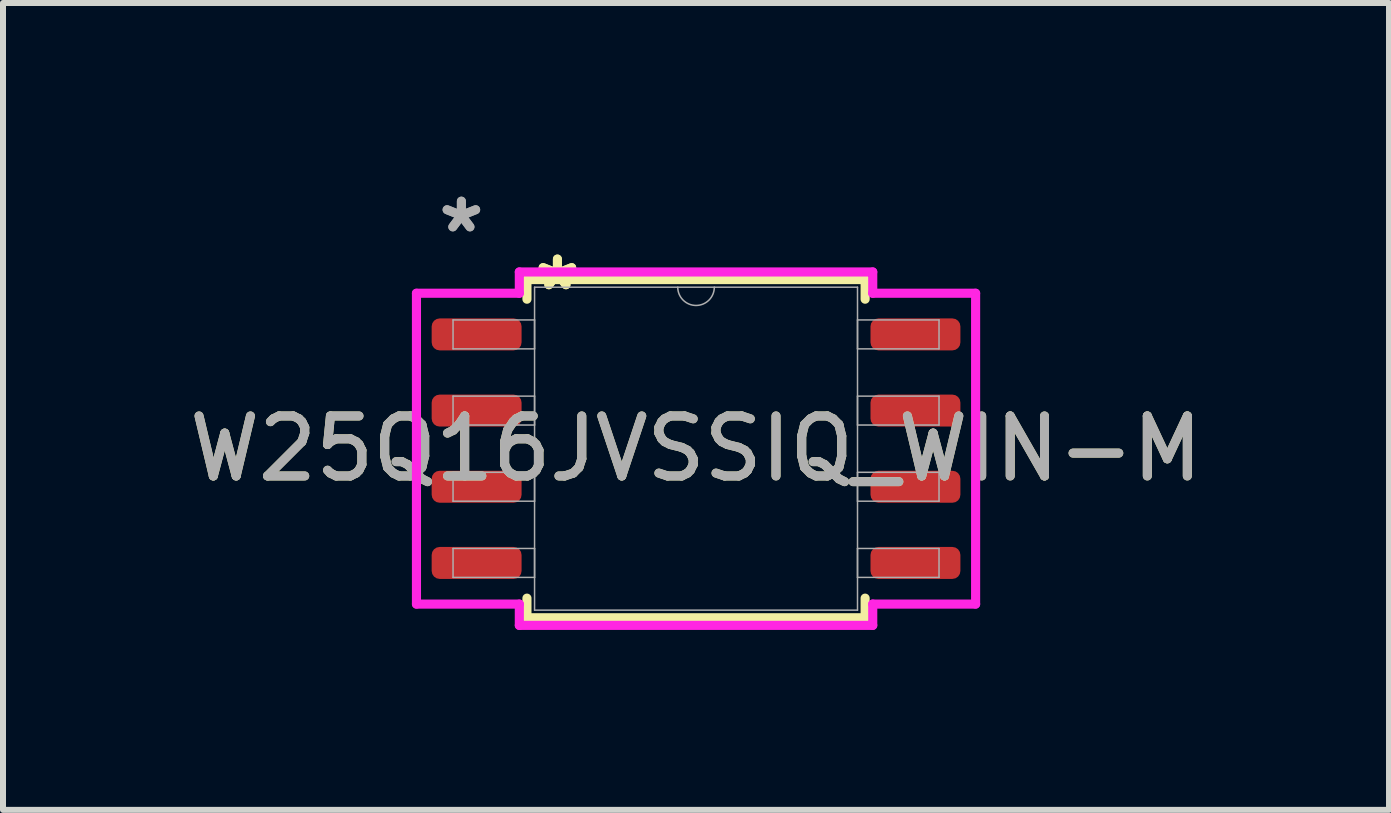
<source format=kicad_pcb>
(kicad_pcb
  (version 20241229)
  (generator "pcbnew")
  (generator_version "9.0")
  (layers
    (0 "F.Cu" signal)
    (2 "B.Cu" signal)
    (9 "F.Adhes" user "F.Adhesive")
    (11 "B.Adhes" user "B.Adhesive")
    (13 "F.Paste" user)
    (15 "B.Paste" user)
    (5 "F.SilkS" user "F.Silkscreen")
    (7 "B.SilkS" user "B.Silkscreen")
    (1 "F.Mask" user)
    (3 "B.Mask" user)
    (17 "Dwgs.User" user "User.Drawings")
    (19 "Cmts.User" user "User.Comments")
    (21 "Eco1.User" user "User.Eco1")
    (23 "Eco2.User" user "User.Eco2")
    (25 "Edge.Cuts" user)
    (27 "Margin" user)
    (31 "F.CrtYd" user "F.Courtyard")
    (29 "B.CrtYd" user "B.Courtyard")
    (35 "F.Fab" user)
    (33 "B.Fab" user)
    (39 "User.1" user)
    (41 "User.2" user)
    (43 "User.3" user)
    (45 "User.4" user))
  (footprint "W25Q16JVSSIQ_WIN-M"
    (layer "F.Cu")
    (at 8.554 4.43)
    (property "Reference" "W25Q16JVSSIQ_WIN-M" (at 0 0 0) (unlocked yes) (layer "F.SilkS") (effects (font (size 1 1) (thickness 0.15))))
    (attr smd)
    (fp_line (start -2.819 -2.819) (end -2.819 -2.492) (stroke (width 0.152) (type solid)) (layer "F.SilkS"))
    (fp_line (start -2.819 2.492) (end -2.819 2.819) (stroke (width 0.152) (type solid)) (layer "F.SilkS"))
    (fp_line (start -2.819 2.819) (end 2.819 2.819) (stroke (width 0.152) (type solid)) (layer "F.SilkS"))
    (fp_line (start 2.819 -2.819) (end -2.819 -2.819) (stroke (width 0.152) (type solid)) (layer "F.SilkS"))
    (fp_line (start 2.819 -2.492) (end 2.819 -2.819) (stroke (width 0.152) (type solid)) (layer "F.SilkS"))
    (fp_line (start 2.819 2.819) (end 2.819 2.492) (stroke (width 0.152) (type solid)) (layer "F.SilkS"))
    (fp_line (start -4.661 -2.591) (end -2.946 -2.591) (stroke (width 0.152) (type solid)) (layer "F.CrtYd"))
    (fp_line (start -4.661 2.591) (end -4.661 -2.591) (stroke (width 0.152) (type solid)) (layer "F.CrtYd"))
    (fp_line (start -4.661 2.591) (end -2.946 2.591) (stroke (width 0.152) (type solid)) (layer "F.CrtYd"))
    (fp_line (start -2.946 -2.946) (end 2.946 -2.946) (stroke (width 0.152) (type solid)) (layer "F.CrtYd"))
    (fp_line (start -2.946 -2.591) (end -2.946 -2.946) (stroke (width 0.152) (type solid)) (layer "F.CrtYd"))
    (fp_line (start -2.946 2.946) (end -2.946 2.591) (stroke (width 0.152) (type solid)) (layer "F.CrtYd"))
    (fp_line (start 2.946 -2.946) (end 2.946 -2.591) (stroke (width 0.152) (type solid)) (layer "F.CrtYd"))
    (fp_line (start 2.946 2.591) (end 2.946 2.946) (stroke (width 0.152) (type solid)) (layer "F.CrtYd"))
    (fp_line (start 2.946 2.946) (end -2.946 2.946) (stroke (width 0.152) (type solid)) (layer "F.CrtYd"))
    (fp_line (start 4.661 -2.591) (end 2.946 -2.591) (stroke (width 0.152) (type solid)) (layer "F.CrtYd"))
    (fp_line (start 4.661 -2.591) (end 4.661 2.591) (stroke (width 0.152) (type solid)) (layer "F.CrtYd"))
    (fp_line (start 4.661 2.591) (end 2.946 2.591) (stroke (width 0.152) (type solid)) (layer "F.CrtYd"))
    (fp_line (start -4.051 -2.146) (end -4.051 -1.664) (stroke (width 0.025) (type solid)) (layer "F.Fab"))
    (fp_line (start -4.051 -1.664) (end -2.692 -1.664) (stroke (width 0.025) (type solid)) (layer "F.Fab"))
    (fp_line (start -4.051 -0.876) (end -4.051 -0.394) (stroke (width 0.025) (type solid)) (layer "F.Fab"))
    (fp_line (start -4.051 -0.394) (end -2.692 -0.394) (stroke (width 0.025) (type solid)) (layer "F.Fab"))
    (fp_line (start -4.051 0.394) (end -4.051 0.876) (stroke (width 0.025) (type solid)) (layer "F.Fab"))
    (fp_line (start -4.051 0.876) (end -2.692 0.876) (stroke (width 0.025) (type solid)) (layer "F.Fab"))
    (fp_line (start -4.051 1.664) (end -4.051 2.146) (stroke (width 0.025) (type solid)) (layer "F.Fab"))
    (fp_line (start -4.051 2.146) (end -2.692 2.146) (stroke (width 0.025) (type solid)) (layer "F.Fab"))
    (fp_line (start -2.692 -2.692) (end -2.692 2.692) (stroke (width 0.025) (type solid)) (layer "F.Fab"))
    (fp_line (start -2.692 -2.146) (end -4.051 -2.146) (stroke (width 0.025) (type solid)) (layer "F.Fab"))
    (fp_line (start -2.692 -1.664) (end -2.692 -2.146) (stroke (width 0.025) (type solid)) (layer "F.Fab"))
    (fp_line (start -2.692 -0.876) (end -4.051 -0.876) (stroke (width 0.025) (type solid)) (layer "F.Fab"))
    (fp_line (start -2.692 -0.394) (end -2.692 -0.876) (stroke (width 0.025) (type solid)) (layer "F.Fab"))
    (fp_line (start -2.692 0.394) (end -4.051 0.394) (stroke (width 0.025) (type solid)) (layer "F.Fab"))
    (fp_line (start -2.692 0.876) (end -2.692 0.394) (stroke (width 0.025) (type solid)) (layer "F.Fab"))
    (fp_line (start -2.692 1.664) (end -4.051 1.664) (stroke (width 0.025) (type solid)) (layer "F.Fab"))
    (fp_line (start -2.692 2.146) (end -2.692 1.664) (stroke (width 0.025) (type solid)) (layer "F.Fab"))
    (fp_line (start -2.692 2.692) (end 2.692 2.692) (stroke (width 0.025) (type solid)) (layer "F.Fab"))
    (fp_line (start 2.692 -2.692) (end -2.692 -2.692) (stroke (width 0.025) (type solid)) (layer "F.Fab"))
    (fp_line (start 2.692 -2.146) (end 2.692 -1.664) (stroke (width 0.025) (type solid)) (layer "F.Fab"))
    (fp_line (start 2.692 -1.664) (end 4.051 -1.664) (stroke (width 0.025) (type solid)) (layer "F.Fab"))
    (fp_line (start 2.692 -0.876) (end 2.692 -0.394) (stroke (width 0.025) (type solid)) (layer "F.Fab"))
    (fp_line (start 2.692 -0.394) (end 4.051 -0.394) (stroke (width 0.025) (type solid)) (layer "F.Fab"))
    (fp_line (start 2.692 0.394) (end 2.692 0.876) (stroke (width 0.025) (type solid)) (layer "F.Fab"))
    (fp_line (start 2.692 0.876) (end 4.051 0.876) (stroke (width 0.025) (type solid)) (layer "F.Fab"))
    (fp_line (start 2.692 1.664) (end 2.692 2.146) (stroke (width 0.025) (type solid)) (layer "F.Fab"))
    (fp_line (start 2.692 2.146) (end 4.051 2.146) (stroke (width 0.025) (type solid)) (layer "F.Fab"))
    (fp_line (start 2.692 2.692) (end 2.692 -2.692) (stroke (width 0.025) (type solid)) (layer "F.Fab"))
    (fp_line (start 4.051 -2.146) (end 2.692 -2.146) (stroke (width 0.025) (type solid)) (layer "F.Fab"))
    (fp_line (start 4.051 -1.664) (end 4.051 -2.146) (stroke (width 0.025) (type solid)) (layer "F.Fab"))
    (fp_line (start 4.051 -0.876) (end 2.692 -0.876) (stroke (width 0.025) (type solid)) (layer "F.Fab"))
    (fp_line (start 4.051 -0.394) (end 4.051 -0.876) (stroke (width 0.025) (type solid)) (layer "F.Fab"))
    (fp_line (start 4.051 0.394) (end 2.692 0.394) (stroke (width 0.025) (type solid)) (layer "F.Fab"))
    (fp_line (start 4.051 0.876) (end 4.051 0.394) (stroke (width 0.025) (type solid)) (layer "F.Fab"))
    (fp_line (start 4.051 1.664) (end 2.692 1.664) (stroke (width 0.025) (type solid)) (layer "F.Fab"))
    (fp_line (start 4.051 2.146) (end 4.051 1.664) (stroke (width 0.025) (type solid)) (layer "F.Fab"))
    (fp_arc (start 0.3048 -2.6924) (mid 0 -2.3876) (end -0.3048 -2.6924) (stroke (width 0.0254) (type solid)) (layer "F.Fab"))
    (fp_text user "*" (at -2.311 -2.616 0) (layer "F.SilkS") (effects (font (size 1 1) (thickness 0.15))))
    (fp_text user "*" (at -2.311 -2.616 0) (unlocked yes) (layer "F.SilkS") (effects (font (size 1 1) (thickness 0.15))))
    (fp_text user "*" (at -3.912 -3.581 0) (layer "F.Fab") (effects (font (size 1 1) (thickness 0.15))))
    (fp_text user "${REFERENCE}" (at 0 0 0) (unlocked yes) (layer "F.Fab") (effects (font (size 1 1) (thickness 0.15))))
    (fp_text user "*" (at -3.912 -3.581 0) (unlocked yes) (layer "F.Fab") (effects (font (size 1 1) (thickness 0.15))))
    (pad "1" smd roundrect (at -3.658 -1.905) (size 1.499 0.533) (layers "F.Cu" "F.Mask" "F.Paste") (roundrect_rratio 0.25))
    (pad "2" smd roundrect (at -3.658 -0.635) (size 1.499 0.533) (layers "F.Cu" "F.Mask" "F.Paste") (roundrect_rratio 0.25))
    (pad "3" smd roundrect (at -3.658 0.635) (size 1.499 0.533) (layers "F.Cu" "F.Mask" "F.Paste") (roundrect_rratio 0.25))
    (pad "4" smd roundrect (at -3.658 1.905) (size 1.499 0.533) (layers "F.Cu" "F.Mask" "F.Paste") (roundrect_rratio 0.25))
    (pad "5" smd roundrect (at 3.658 1.905) (size 1.499 0.533) (layers "F.Cu" "F.Mask" "F.Paste") (roundrect_rratio 0.25))
    (pad "6" smd roundrect (at 3.658 0.635) (size 1.499 0.533) (layers "F.Cu" "F.Mask" "F.Paste") (roundrect_rratio 0.25))
    (pad "7" smd roundrect (at 3.658 -0.635) (size 1.499 0.533) (layers "F.Cu" "F.Mask" "F.Paste") (roundrect_rratio 0.25))
    (pad "8" smd roundrect (at 3.658 -1.905) (size 1.499 0.533) (layers "F.Cu" "F.Mask" "F.Paste") (roundrect_rratio 0.25)))
  (gr_rect
    (start -3 -3)
    (end 20.107 10.452)
    (stroke (width 0.1) (type default))
    (fill no)
    (layer "Edge.Cuts")))
</source>
